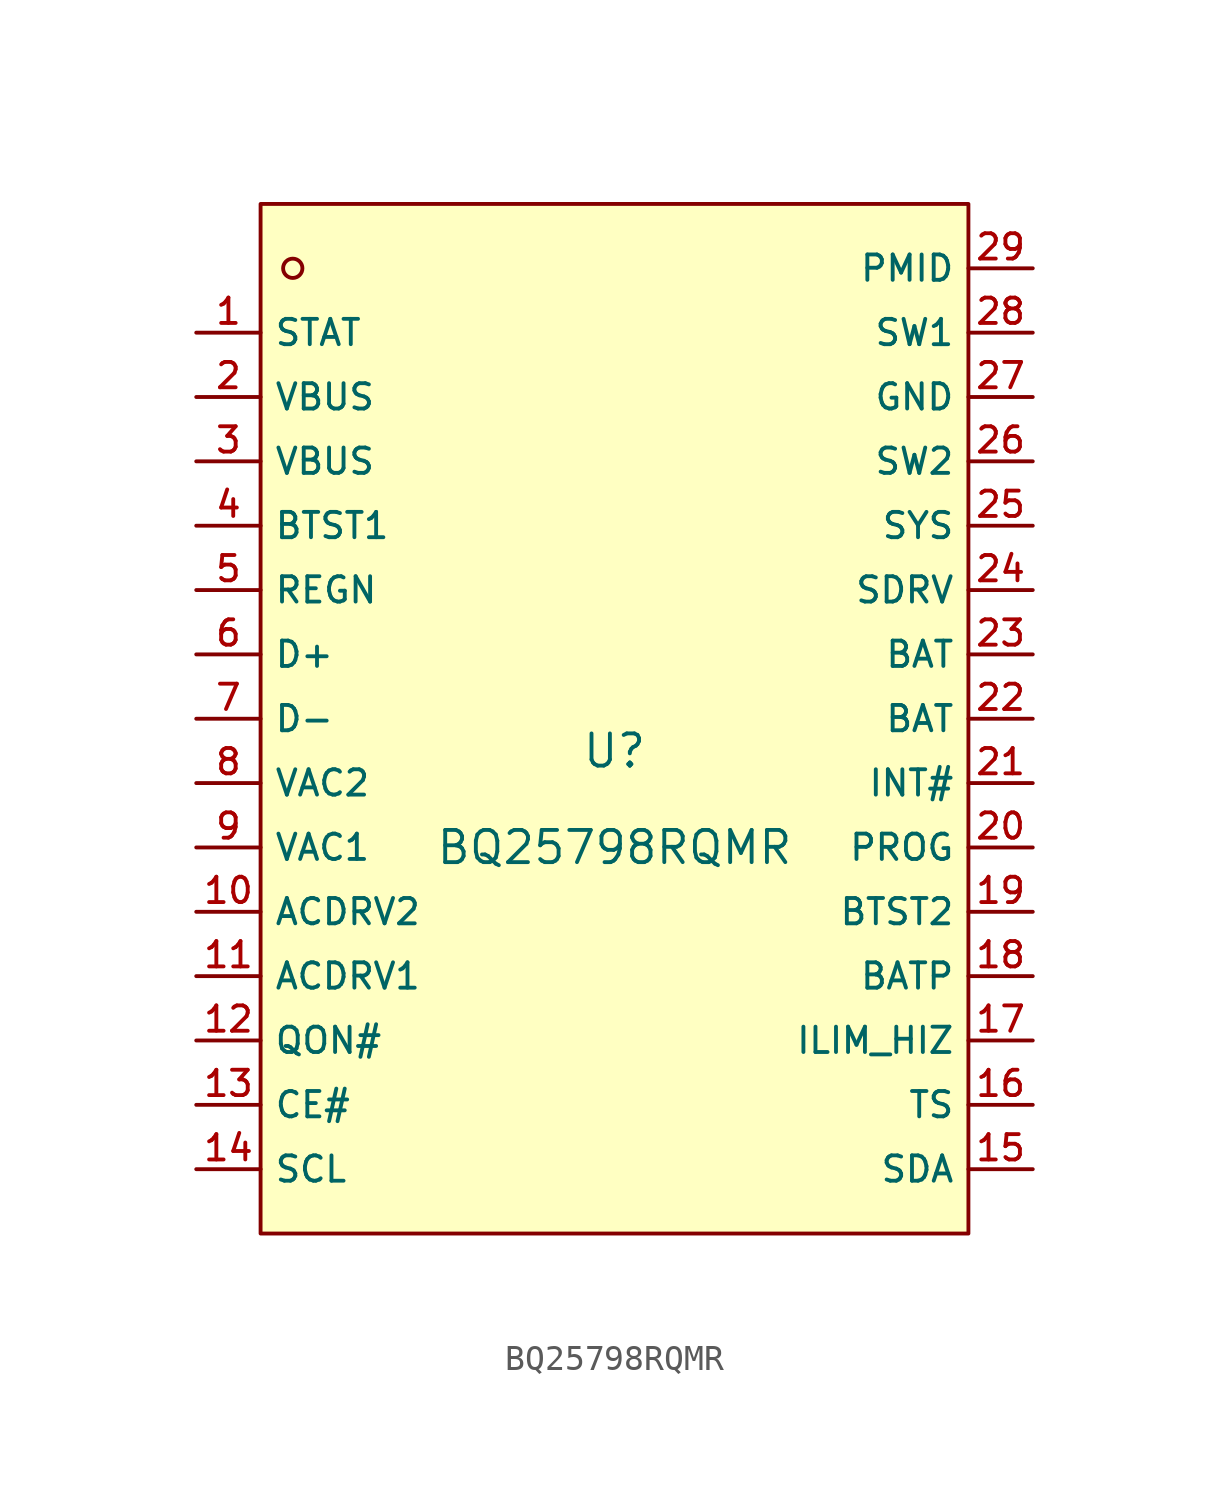
<source format=kicad_sym>
(kicad_symbol_lib
  (version 20210201)
  (generator TousstNicolas/JLC2KiCad_lib)
  (symbol "BQ25798RQMR"
    (property "Reference" "U"
      (at 0 1.27 0)
      (effects (font (size 1.27 1.27))))
    (property "Value" "BQ25798RQMR"
      (at 0 -2.54 0)
      (effects (font (size 1.27 1.27))))
    (symbol "BQ25798RQMR_0_1"
      (rectangle (start -13.97 22.86) (end 13.97 -17.78) (stroke (width 0) (type default) (color 0 0 0 0)) (fill (type background)))
      (circle (center -12.7 20.32) (radius 0.381) (stroke (width 0) (type default) (color 0 0 0 0)) (fill (type background)))
      (pin unspecified line (at -16.51 17.78 0) (length 2.54) (name "STAT" (effects (font (size 1 1)))) (number "1" (effects (font (size 1 1)))))
      (pin unspecified line (at -16.51 15.24 0) (length 2.54) (name "VBUS" (effects (font (size 1 1)))) (number "2" (effects (font (size 1 1)))))
      (pin unspecified line (at -16.51 12.7 0) (length 2.54) (name "VBUS" (effects (font (size 1 1)))) (number "3" (effects (font (size 1 1)))))
      (pin unspecified line (at -16.51 10.16 0) (length 2.54) (name "BTST1" (effects (font (size 1 1)))) (number "4" (effects (font (size 1 1)))))
      (pin unspecified line (at -16.51 7.62 0) (length 2.54) (name "REGN" (effects (font (size 1 1)))) (number "5" (effects (font (size 1 1)))))
      (pin unspecified line (at -16.51 5.08 0) (length 2.54) (name "D+" (effects (font (size 1 1)))) (number "6" (effects (font (size 1 1)))))
      (pin unspecified line (at -16.51 2.54 0) (length 2.54) (name "D-" (effects (font (size 1 1)))) (number "7" (effects (font (size 1 1)))))
      (pin unspecified line (at -16.51 -0.0 0) (length 2.54) (name "VAC2" (effects (font (size 1 1)))) (number "8" (effects (font (size 1 1)))))
      (pin unspecified line (at -16.51 -2.54 0) (length 2.54) (name "VAC1" (effects (font (size 1 1)))) (number "9" (effects (font (size 1 1)))))
      (pin unspecified line (at -16.51 -5.08 0) (length 2.54) (name "ACDRV2" (effects (font (size 1 1)))) (number "10" (effects (font (size 1 1)))))
      (pin unspecified line (at -16.51 -7.62 0) (length 2.54) (name "ACDRV1" (effects (font (size 1 1)))) (number "11" (effects (font (size 1 1)))))
      (pin unspecified line (at -16.51 -10.16 0) (length 2.54) (name "QON#" (effects (font (size 1 1)))) (number "12" (effects (font (size 1 1)))))
      (pin unspecified line (at -16.51 -12.7 0) (length 2.54) (name "CE#" (effects (font (size 1 1)))) (number "13" (effects (font (size 1 1)))))
      (pin unspecified line (at -16.51 -15.24 0) (length 2.54) (name "SCL" (effects (font (size 1 1)))) (number "14" (effects (font (size 1 1)))))
      (pin unspecified line (at 16.51 -15.24 180) (length 2.54) (name "SDA" (effects (font (size 1 1)))) (number "15" (effects (font (size 1 1)))))
      (pin unspecified line (at 16.51 -12.7 180) (length 2.54) (name "TS" (effects (font (size 1 1)))) (number "16" (effects (font (size 1 1)))))
      (pin unspecified line (at 16.51 -10.16 180) (length 2.54) (name "ILIM_HIZ" (effects (font (size 1 1)))) (number "17" (effects (font (size 1 1)))))
      (pin unspecified line (at 16.51 -7.62 180) (length 2.54) (name "BATP" (effects (font (size 1 1)))) (number "18" (effects (font (size 1 1)))))
      (pin unspecified line (at 16.51 -5.08 180) (length 2.54) (name "BTST2" (effects (font (size 1 1)))) (number "19" (effects (font (size 1 1)))))
      (pin unspecified line (at 16.51 -2.54 180) (length 2.54) (name "PROG" (effects (font (size 1 1)))) (number "20" (effects (font (size 1 1)))))
      (pin unspecified line (at 16.51 -0.0 180) (length 2.54) (name "INT#" (effects (font (size 1 1)))) (number "21" (effects (font (size 1 1)))))
      (pin unspecified line (at 16.51 2.54 180) (length 2.54) (name "BAT" (effects (font (size 1 1)))) (number "22" (effects (font (size 1 1)))))
      (pin unspecified line (at 16.51 5.08 180) (length 2.54) (name "BAT" (effects (font (size 1 1)))) (number "23" (effects (font (size 1 1)))))
      (pin unspecified line (at 16.51 7.62 180) (length 2.54) (name "SDRV" (effects (font (size 1 1)))) (number "24" (effects (font (size 1 1)))))
      (pin unspecified line (at 16.51 10.16 180) (length 2.54) (name "SYS" (effects (font (size 1 1)))) (number "25" (effects (font (size 1 1)))))
      (pin unspecified line (at 16.51 12.7 180) (length 2.54) (name "SW2" (effects (font (size 1 1)))) (number "26" (effects (font (size 1 1)))))
      (pin unspecified line (at 16.51 15.24 180) (length 2.54) (name "GND" (effects (font (size 1 1)))) (number "27" (effects (font (size 1 1)))))
      (pin unspecified line (at 16.51 17.78 180) (length 2.54) (name "SW1" (effects (font (size 1 1)))) (number "28" (effects (font (size 1 1)))))
      (pin unspecified line (at 16.51 20.32 180) (length 2.54) (name "PMID" (effects (font (size 1 1)))) (number "29" (effects (font (size 1 1))))))))
</source>
